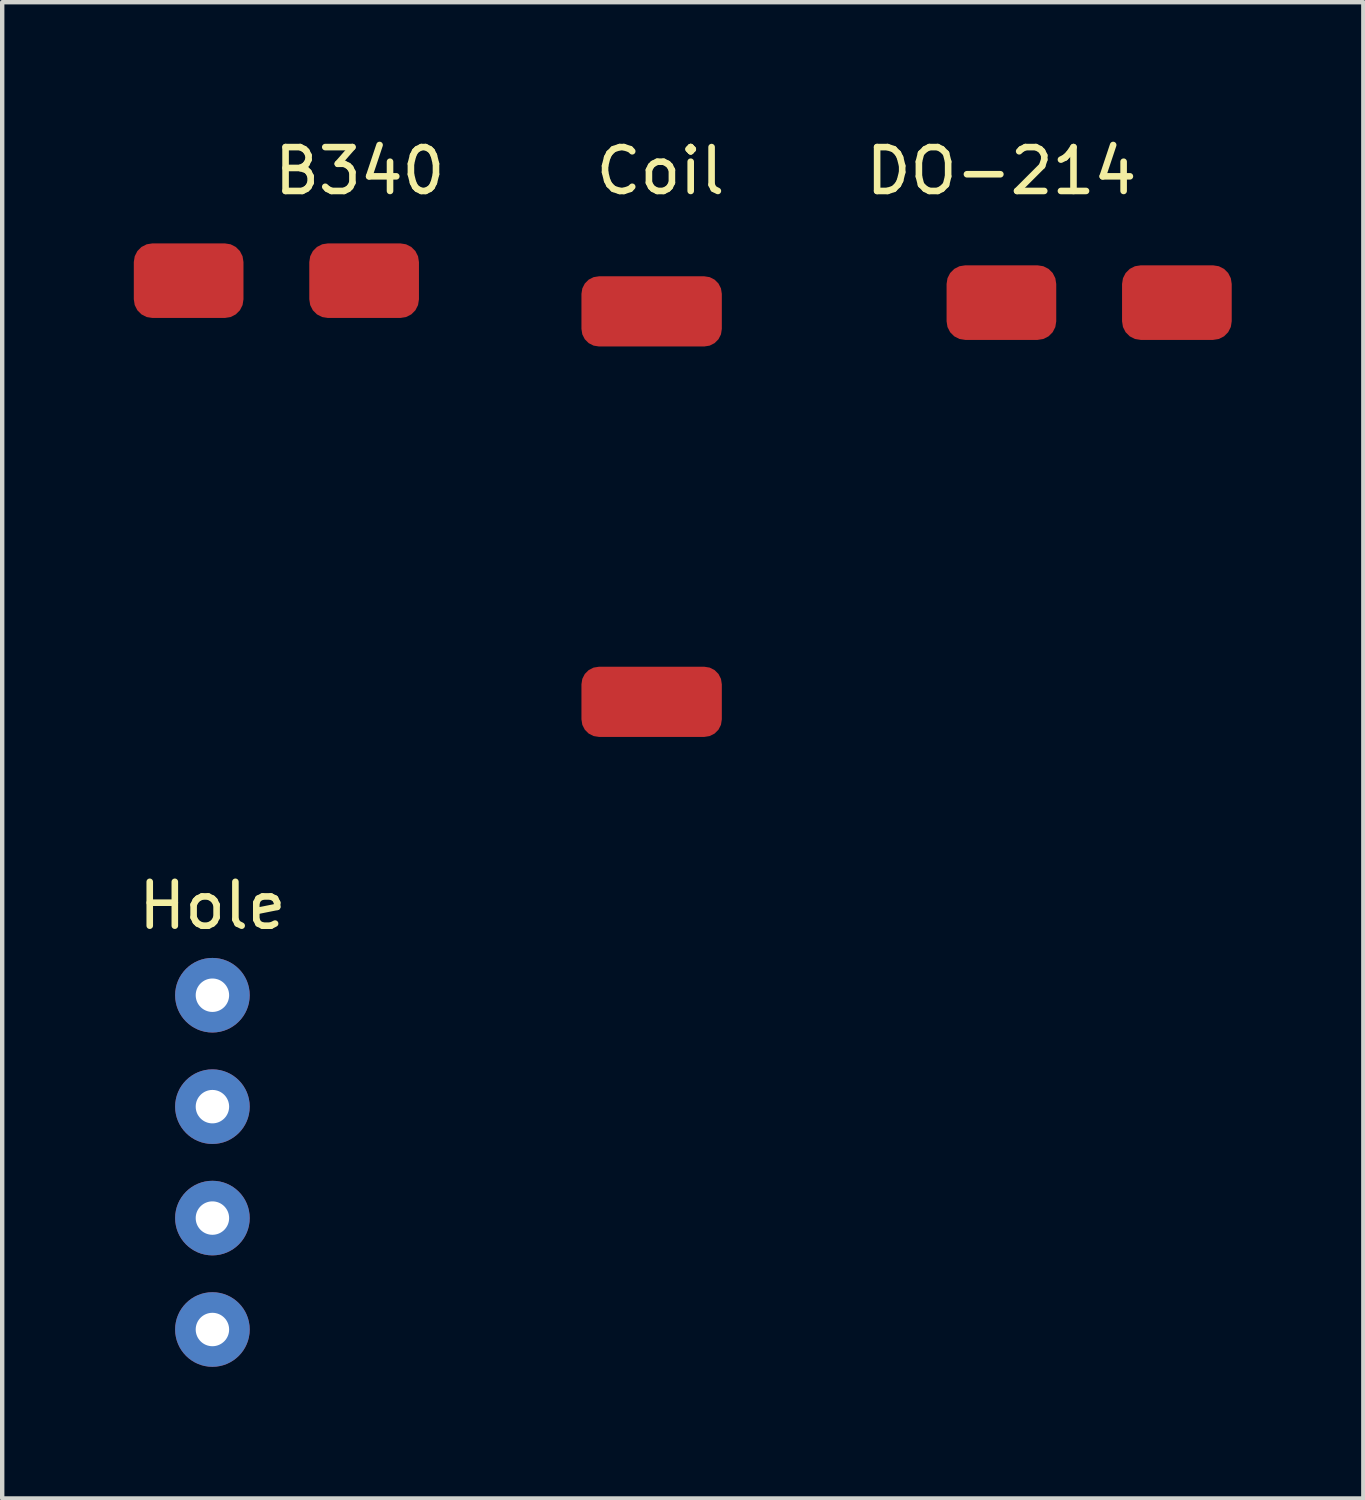
<source format=kicad_pcb>
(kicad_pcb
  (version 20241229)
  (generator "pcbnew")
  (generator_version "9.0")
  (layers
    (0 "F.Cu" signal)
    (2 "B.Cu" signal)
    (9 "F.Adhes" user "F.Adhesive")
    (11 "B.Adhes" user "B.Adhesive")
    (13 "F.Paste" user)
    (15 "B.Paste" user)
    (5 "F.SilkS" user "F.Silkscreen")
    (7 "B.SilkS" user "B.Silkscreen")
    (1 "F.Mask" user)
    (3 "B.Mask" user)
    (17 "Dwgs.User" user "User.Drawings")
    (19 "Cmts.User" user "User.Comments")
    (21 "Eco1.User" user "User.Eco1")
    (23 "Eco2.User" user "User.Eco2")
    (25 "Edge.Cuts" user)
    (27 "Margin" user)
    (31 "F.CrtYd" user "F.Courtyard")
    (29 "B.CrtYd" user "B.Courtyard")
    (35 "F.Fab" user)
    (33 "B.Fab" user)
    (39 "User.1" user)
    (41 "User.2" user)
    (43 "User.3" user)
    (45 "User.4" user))
  (footprint "DO-214"
    (layer "F.Cu")
    (at 19.777 3.848)
    (property "Reference" "DO-214" (at 0 -3 0) (layer "F.SilkS") (effects (font (size 1 1) (thickness 0.15))))
    (attr through_hole)
    (pad "1" smd roundrect (at 0 0) (size 2.5 1.7) (layers "F.Cu" "F.Mask" "F.Paste") (roundrect_rratio 0.25))
    (pad "2" smd roundrect (at 4 0) (size 2.5 1.7) (layers "F.Cu" "F.Mask" "F.Paste") (roundrect_rratio 0.25)))
  (footprint "Hole"
    (layer "F.Cu")
    (at 1.792 17.096)
    (property "Reference" "Hole" (at 0 0.5 0) (layer "F.SilkS") (effects (font (size 1 1) (thickness 0.15))))
    (attr through_hole)
    (pad "1" thru_hole circle (at 0 2.54) (size 1.7 1.7) (drill 0.762) (layers "*.Cu" "*.Mask"))
    (pad "1" thru_hole circle (at 0 5.08) (size 1.7 1.7) (drill 0.762) (layers "*.Cu" "*.Mask"))
    (pad "1" thru_hole circle (at 0 7.62) (size 1.7 1.7) (drill 0.762) (layers "*.Cu" "*.Mask"))
    (pad "1" thru_hole circle (at 0 10.16) (size 1.7 1.7) (drill 0.762) (layers "*.Cu" "*.Mask")))
  (footprint "Coil"
    (layer "F.Cu")
    (at 11.804 4.048)
    (property "Reference" "Coil" (at 0.2 -3.2 0) (layer "F.SilkS") (effects (font (size 1 1) (thickness 0.15))))
    (attr through_hole)
    (pad "1" smd roundrect (at 0 0) (size 3.2 1.6) (layers "F.Cu" "F.Mask" "F.Paste") (roundrect_rratio 0.25))
    (pad "2" smd roundrect (at 0 8.9) (size 3.2 1.6) (layers "F.Cu" "F.Mask" "F.Paste") (roundrect_rratio 0.25)))
  (footprint "B340"
    (layer "F.Cu")
    (at 1.25 3.348)
    (property "Reference" "B340" (at 3.9 -2.5 0) (layer "F.SilkS") (effects (font (size 1 1) (thickness 0.15))))
    (attr through_hole)
    (pad "1" smd roundrect (at 0 0) (size 2.5 1.7) (layers "F.Cu" "F.Mask" "F.Paste") (roundrect_rratio 0.25))
    (pad "2" smd roundrect (at 4 0) (size 2.5 1.7) (layers "F.Cu" "F.Mask" "F.Paste") (roundrect_rratio 0.25)))
  (gr_rect
    (start -3 -3)
    (end 28.027 31.107)
    (stroke (width 0.1) (type default))
    (fill no)
    (layer "Edge.Cuts")))
</source>
